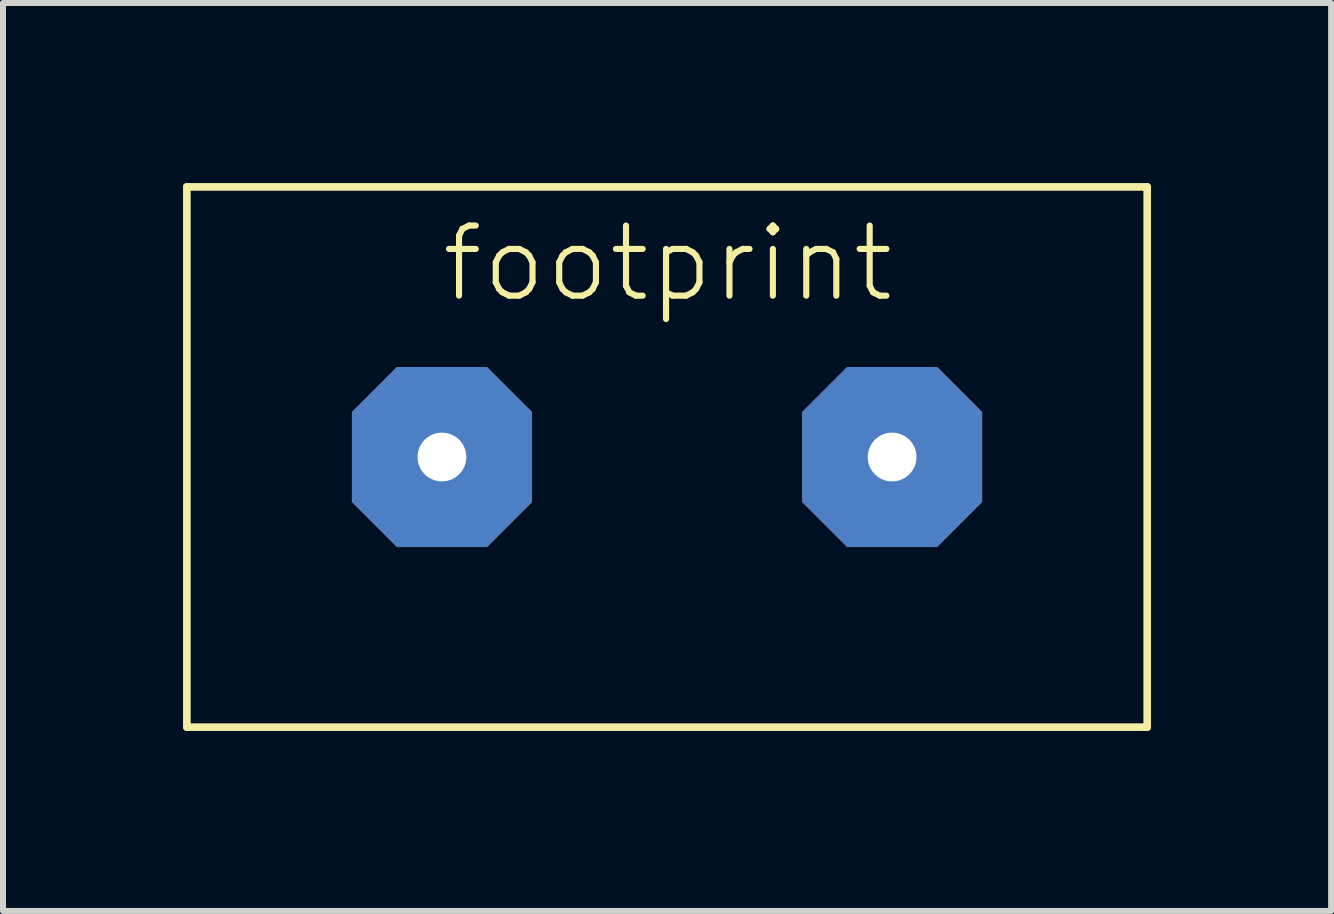
<source format=kicad_pcb>
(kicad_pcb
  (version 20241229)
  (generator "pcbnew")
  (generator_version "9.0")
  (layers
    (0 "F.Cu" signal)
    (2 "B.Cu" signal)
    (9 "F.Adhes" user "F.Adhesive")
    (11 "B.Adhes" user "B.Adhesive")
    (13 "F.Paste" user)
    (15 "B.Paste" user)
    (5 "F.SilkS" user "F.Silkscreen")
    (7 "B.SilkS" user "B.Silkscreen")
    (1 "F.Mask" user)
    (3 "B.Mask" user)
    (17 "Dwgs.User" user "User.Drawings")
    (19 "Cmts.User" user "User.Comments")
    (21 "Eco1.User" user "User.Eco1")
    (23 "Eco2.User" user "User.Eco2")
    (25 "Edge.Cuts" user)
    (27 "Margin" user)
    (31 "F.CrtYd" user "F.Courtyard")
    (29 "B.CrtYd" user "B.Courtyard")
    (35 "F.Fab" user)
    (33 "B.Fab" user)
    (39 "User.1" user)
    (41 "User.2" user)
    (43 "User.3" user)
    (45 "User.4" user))
  (footprint "footprint"
    (layer "F.Cu")
    (at 8.063 4.564)
    (property "Reference" "footprint" (at -3.81 -2.54 0) (layer "F.SilkS") (effects (font (size 1.168 1.168) (thickness 0.102)) (justify left bottom)))
    (fp_line (start -8 -4.5) (end 8 -4.5) (stroke (width 0.127) (type solid)) (layer "F.SilkS"))
    (fp_line (start -8 4.5) (end -8 -4.5) (stroke (width 0.127) (type solid)) (layer "F.SilkS"))
    (fp_line (start 8 -4.5) (end 8 4.5) (stroke (width 0.127) (type solid)) (layer "F.SilkS"))
    (fp_line (start 8 4.5) (end -8 4.5) (stroke (width 0.127) (type solid)) (layer "F.SilkS"))
    (pad "1" thru_hole roundrect (at -3.75 0) (size 3 3) (drill 0.813) (layers "*.Cu" "*.Mask") (roundrect_rratio 0.25) (chamfer_ratio 0.25) (chamfer top_left top_right bottom_left bottom_right))
    (pad "2" thru_hole roundrect (at 3.75 0) (size 3 3) (drill 0.813) (layers "*.Cu" "*.Mask") (roundrect_rratio 0.25) (chamfer_ratio 0.25) (chamfer top_left top_right bottom_left bottom_right)))
  (gr_rect
    (start -3 -3)
    (end 19.127 12.127)
    (stroke (width 0.1) (type default))
    (fill no)
    (layer "Edge.Cuts")))
</source>
